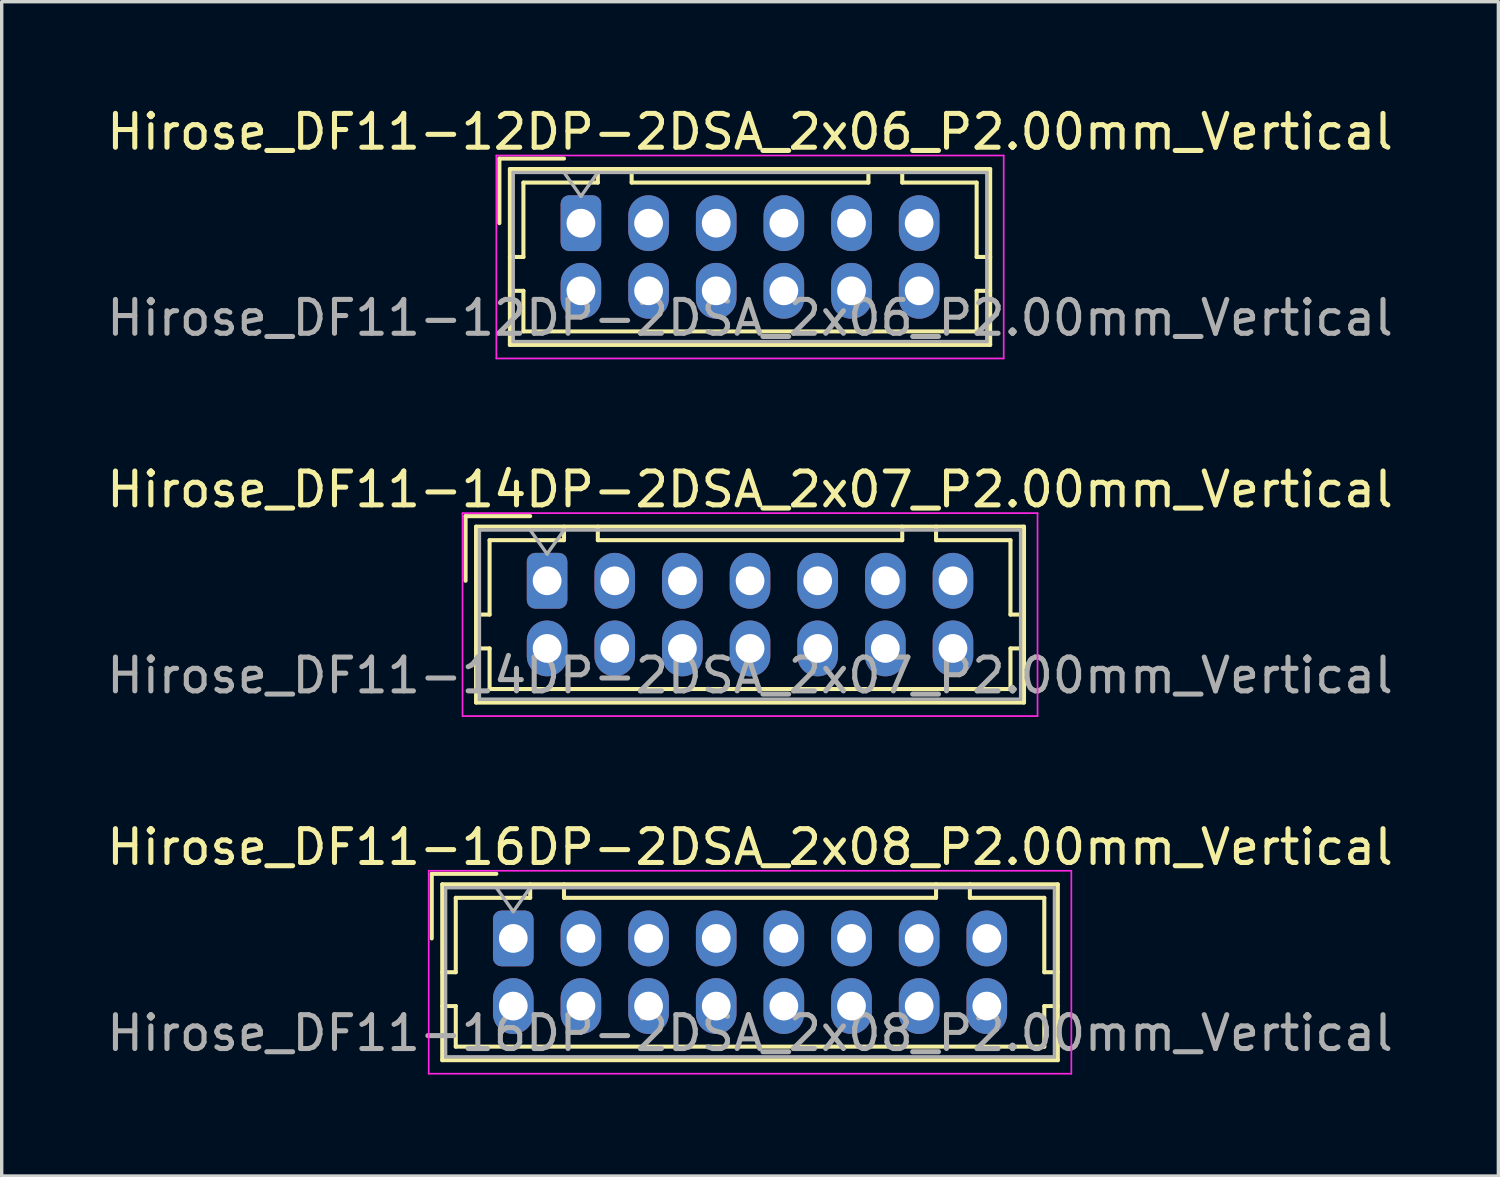
<source format=kicad_pcb>
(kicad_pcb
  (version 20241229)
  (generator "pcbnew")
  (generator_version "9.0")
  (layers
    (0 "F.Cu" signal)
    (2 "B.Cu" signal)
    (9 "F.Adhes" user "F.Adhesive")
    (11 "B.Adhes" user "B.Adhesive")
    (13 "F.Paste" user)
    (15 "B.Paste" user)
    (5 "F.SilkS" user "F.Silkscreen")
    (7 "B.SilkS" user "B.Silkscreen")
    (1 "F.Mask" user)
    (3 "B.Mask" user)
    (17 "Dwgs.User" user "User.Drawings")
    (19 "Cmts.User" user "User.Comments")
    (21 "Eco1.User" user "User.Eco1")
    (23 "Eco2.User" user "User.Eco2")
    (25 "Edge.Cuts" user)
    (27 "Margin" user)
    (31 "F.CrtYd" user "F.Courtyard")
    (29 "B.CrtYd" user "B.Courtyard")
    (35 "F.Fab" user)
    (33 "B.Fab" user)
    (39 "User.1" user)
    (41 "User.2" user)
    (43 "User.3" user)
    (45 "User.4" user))
  (footprint "Hirose_DF11-16DP-2DSA_2x08_P2.00mm_Vertical"
    (layer "F.Cu")
    (at 12.125 24.695)
    (property "Reference" "Hirose_DF11-16DP-2DSA_2x08_P2.00mm_Vertical" (at 7 -2.7 0) (layer "F.SilkS") (effects (font (size 1 1) (thickness 0.15))))
    (attr through_hole)
    (fp_line (start -2.41 -1.91) (end -0.5 -1.91) (stroke (width 0.12) (type solid)) (layer "F.SilkS"))
    (fp_line (start -2.41 0) (end -2.41 -1.91) (stroke (width 0.12) (type solid)) (layer "F.SilkS"))
    (fp_line (start -2.1 -1.6) (end -2.1 3.6) (stroke (width 0.12) (type solid)) (layer "F.SilkS"))
    (fp_line (start -2.1 1) (end -1.7 1) (stroke (width 0.12) (type solid)) (layer "F.SilkS"))
    (fp_line (start -2.1 2) (end -1.7 2) (stroke (width 0.12) (type solid)) (layer "F.SilkS"))
    (fp_line (start -2.1 3.6) (end 16.1 3.6) (stroke (width 0.12) (type solid)) (layer "F.SilkS"))
    (fp_line (start -1.7 -1.2) (end 0.5 -1.2) (stroke (width 0.12) (type solid)) (layer "F.SilkS"))
    (fp_line (start -1.7 1) (end -1.7 -1.2) (stroke (width 0.12) (type solid)) (layer "F.SilkS"))
    (fp_line (start -1.7 2) (end -1.7 3.2) (stroke (width 0.12) (type solid)) (layer "F.SilkS"))
    (fp_line (start -1.7 3.2) (end 15.7 3.2) (stroke (width 0.12) (type solid)) (layer "F.SilkS"))
    (fp_line (start 0.5 -1.2) (end 0.5 -1.6) (stroke (width 0.12) (type solid)) (layer "F.SilkS"))
    (fp_line (start 1.5 -1.6) (end 1.5 -1.2) (stroke (width 0.12) (type solid)) (layer "F.SilkS"))
    (fp_line (start 1.5 -1.2) (end 12.5 -1.2) (stroke (width 0.12) (type solid)) (layer "F.SilkS"))
    (fp_line (start 12.5 -1.2) (end 12.5 -1.6) (stroke (width 0.12) (type solid)) (layer "F.SilkS"))
    (fp_line (start 13.5 -1.2) (end 13.5 -1.6) (stroke (width 0.12) (type solid)) (layer "F.SilkS"))
    (fp_line (start 15.7 -1.2) (end 13.5 -1.2) (stroke (width 0.12) (type solid)) (layer "F.SilkS"))
    (fp_line (start 15.7 1) (end 15.7 -1.2) (stroke (width 0.12) (type solid)) (layer "F.SilkS"))
    (fp_line (start 15.7 2) (end 16.1 2) (stroke (width 0.12) (type solid)) (layer "F.SilkS"))
    (fp_line (start 15.7 3.2) (end 15.7 2) (stroke (width 0.12) (type solid)) (layer "F.SilkS"))
    (fp_line (start 16.1 -1.6) (end -2.1 -1.6) (stroke (width 0.12) (type solid)) (layer "F.SilkS"))
    (fp_line (start 16.1 1) (end 15.7 1) (stroke (width 0.12) (type solid)) (layer "F.SilkS"))
    (fp_line (start 16.1 3.6) (end 16.1 -1.6) (stroke (width 0.12) (type solid)) (layer "F.SilkS"))
    (fp_line (start -2.5 -2) (end -2.5 4) (stroke (width 0.05) (type solid)) (layer "F.CrtYd"))
    (fp_line (start -2.5 4) (end 16.5 4) (stroke (width 0.05) (type solid)) (layer "F.CrtYd"))
    (fp_line (start 16.5 -2) (end -2.5 -2) (stroke (width 0.05) (type solid)) (layer "F.CrtYd"))
    (fp_line (start 16.5 4) (end 16.5 -2) (stroke (width 0.05) (type solid)) (layer "F.CrtYd"))
    (fp_line (start -2 -1.5) (end -2 3.5) (stroke (width 0.1) (type solid)) (layer "F.Fab"))
    (fp_line (start -2 3.5) (end 16 3.5) (stroke (width 0.1) (type solid)) (layer "F.Fab"))
    (fp_line (start -0.5 -1.5) (end 0 -0.793) (stroke (width 0.1) (type solid)) (layer "F.Fab"))
    (fp_line (start 0 -0.793) (end 0.5 -1.5) (stroke (width 0.1) (type solid)) (layer "F.Fab"))
    (fp_line (start 16 -1.5) (end -2 -1.5) (stroke (width 0.1) (type solid)) (layer "F.Fab"))
    (fp_line (start 16 3.5) (end 16 -1.5) (stroke (width 0.1) (type solid)) (layer "F.Fab"))
    (fp_text user "${REFERENCE}" (at 7 2.8 0) (layer "F.Fab") (effects (font (size 1 1) (thickness 0.15))))
    (pad "1" thru_hole roundrect (at 0 0) (size 1.2 1.65) (drill 0.85) (layers "*.Cu" "*.Mask") (roundrect_rratio 0.208))
    (pad "2" thru_hole oval (at 0 2) (size 1.2 1.65) (drill 0.85) (layers "*.Cu" "*.Mask"))
    (pad "3" thru_hole oval (at 2 0) (size 1.2 1.65) (drill 0.85) (layers "*.Cu" "*.Mask"))
    (pad "4" thru_hole oval (at 2 2) (size 1.2 1.65) (drill 0.85) (layers "*.Cu" "*.Mask"))
    (pad "5" thru_hole oval (at 4 0) (size 1.2 1.65) (drill 0.85) (layers "*.Cu" "*.Mask"))
    (pad "6" thru_hole oval (at 4 2) (size 1.2 1.65) (drill 0.85) (layers "*.Cu" "*.Mask"))
    (pad "7" thru_hole oval (at 6 0) (size 1.2 1.65) (drill 0.85) (layers "*.Cu" "*.Mask"))
    (pad "8" thru_hole oval (at 6 2) (size 1.2 1.65) (drill 0.85) (layers "*.Cu" "*.Mask"))
    (pad "9" thru_hole oval (at 8 0) (size 1.2 1.65) (drill 0.85) (layers "*.Cu" "*.Mask"))
    (pad "10" thru_hole oval (at 8 2) (size 1.2 1.65) (drill 0.85) (layers "*.Cu" "*.Mask"))
    (pad "11" thru_hole oval (at 10 0) (size 1.2 1.65) (drill 0.85) (layers "*.Cu" "*.Mask"))
    (pad "12" thru_hole oval (at 10 2) (size 1.2 1.65) (drill 0.85) (layers "*.Cu" "*.Mask"))
    (pad "13" thru_hole oval (at 12 0) (size 1.2 1.65) (drill 0.85) (layers "*.Cu" "*.Mask"))
    (pad "14" thru_hole oval (at 12 2) (size 1.2 1.65) (drill 0.85) (layers "*.Cu" "*.Mask"))
    (pad "15" thru_hole oval (at 14 0) (size 1.2 1.65) (drill 0.85) (layers "*.Cu" "*.Mask"))
    (pad "16" thru_hole oval (at 14 2) (size 1.2 1.65) (drill 0.85) (layers "*.Cu" "*.Mask")))
  (footprint "Hirose_DF11-14DP-2DSA_2x07_P2.00mm_Vertical"
    (layer "F.Cu")
    (at 13.125 14.121)
    (property "Reference" "Hirose_DF11-14DP-2DSA_2x07_P2.00mm_Vertical" (at 6 -2.7 0) (layer "F.SilkS") (effects (font (size 1 1) (thickness 0.15))))
    (attr through_hole)
    (fp_line (start -2.41 -1.91) (end -0.5 -1.91) (stroke (width 0.12) (type solid)) (layer "F.SilkS"))
    (fp_line (start -2.41 0) (end -2.41 -1.91) (stroke (width 0.12) (type solid)) (layer "F.SilkS"))
    (fp_line (start -2.1 -1.6) (end -2.1 3.6) (stroke (width 0.12) (type solid)) (layer "F.SilkS"))
    (fp_line (start -2.1 1) (end -1.7 1) (stroke (width 0.12) (type solid)) (layer "F.SilkS"))
    (fp_line (start -2.1 2) (end -1.7 2) (stroke (width 0.12) (type solid)) (layer "F.SilkS"))
    (fp_line (start -2.1 3.6) (end 14.1 3.6) (stroke (width 0.12) (type solid)) (layer "F.SilkS"))
    (fp_line (start -1.7 -1.2) (end 0.5 -1.2) (stroke (width 0.12) (type solid)) (layer "F.SilkS"))
    (fp_line (start -1.7 1) (end -1.7 -1.2) (stroke (width 0.12) (type solid)) (layer "F.SilkS"))
    (fp_line (start -1.7 2) (end -1.7 3.2) (stroke (width 0.12) (type solid)) (layer "F.SilkS"))
    (fp_line (start -1.7 3.2) (end 13.7 3.2) (stroke (width 0.12) (type solid)) (layer "F.SilkS"))
    (fp_line (start 0.5 -1.2) (end 0.5 -1.6) (stroke (width 0.12) (type solid)) (layer "F.SilkS"))
    (fp_line (start 1.5 -1.6) (end 1.5 -1.2) (stroke (width 0.12) (type solid)) (layer "F.SilkS"))
    (fp_line (start 1.5 -1.2) (end 10.5 -1.2) (stroke (width 0.12) (type solid)) (layer "F.SilkS"))
    (fp_line (start 10.5 -1.2) (end 10.5 -1.6) (stroke (width 0.12) (type solid)) (layer "F.SilkS"))
    (fp_line (start 11.5 -1.2) (end 11.5 -1.6) (stroke (width 0.12) (type solid)) (layer "F.SilkS"))
    (fp_line (start 13.7 -1.2) (end 11.5 -1.2) (stroke (width 0.12) (type solid)) (layer "F.SilkS"))
    (fp_line (start 13.7 1) (end 13.7 -1.2) (stroke (width 0.12) (type solid)) (layer "F.SilkS"))
    (fp_line (start 13.7 2) (end 14.1 2) (stroke (width 0.12) (type solid)) (layer "F.SilkS"))
    (fp_line (start 13.7 3.2) (end 13.7 2) (stroke (width 0.12) (type solid)) (layer "F.SilkS"))
    (fp_line (start 14.1 -1.6) (end -2.1 -1.6) (stroke (width 0.12) (type solid)) (layer "F.SilkS"))
    (fp_line (start 14.1 1) (end 13.7 1) (stroke (width 0.12) (type solid)) (layer "F.SilkS"))
    (fp_line (start 14.1 3.6) (end 14.1 -1.6) (stroke (width 0.12) (type solid)) (layer "F.SilkS"))
    (fp_line (start -2.5 -2) (end -2.5 4) (stroke (width 0.05) (type solid)) (layer "F.CrtYd"))
    (fp_line (start -2.5 4) (end 14.5 4) (stroke (width 0.05) (type solid)) (layer "F.CrtYd"))
    (fp_line (start 14.5 -2) (end -2.5 -2) (stroke (width 0.05) (type solid)) (layer "F.CrtYd"))
    (fp_line (start 14.5 4) (end 14.5 -2) (stroke (width 0.05) (type solid)) (layer "F.CrtYd"))
    (fp_line (start -2 -1.5) (end -2 3.5) (stroke (width 0.1) (type solid)) (layer "F.Fab"))
    (fp_line (start -2 3.5) (end 14 3.5) (stroke (width 0.1) (type solid)) (layer "F.Fab"))
    (fp_line (start -0.5 -1.5) (end 0 -0.793) (stroke (width 0.1) (type solid)) (layer "F.Fab"))
    (fp_line (start 0 -0.793) (end 0.5 -1.5) (stroke (width 0.1) (type solid)) (layer "F.Fab"))
    (fp_line (start 14 -1.5) (end -2 -1.5) (stroke (width 0.1) (type solid)) (layer "F.Fab"))
    (fp_line (start 14 3.5) (end 14 -1.5) (stroke (width 0.1) (type solid)) (layer "F.Fab"))
    (fp_text user "${REFERENCE}" (at 6 2.8 0) (layer "F.Fab") (effects (font (size 1 1) (thickness 0.15))))
    (pad "1" thru_hole roundrect (at 0 0) (size 1.2 1.65) (drill 0.85) (layers "*.Cu" "*.Mask") (roundrect_rratio 0.208))
    (pad "2" thru_hole oval (at 0 2) (size 1.2 1.65) (drill 0.85) (layers "*.Cu" "*.Mask"))
    (pad "3" thru_hole oval (at 2 0) (size 1.2 1.65) (drill 0.85) (layers "*.Cu" "*.Mask"))
    (pad "4" thru_hole oval (at 2 2) (size 1.2 1.65) (drill 0.85) (layers "*.Cu" "*.Mask"))
    (pad "5" thru_hole oval (at 4 0) (size 1.2 1.65) (drill 0.85) (layers "*.Cu" "*.Mask"))
    (pad "6" thru_hole oval (at 4 2) (size 1.2 1.65) (drill 0.85) (layers "*.Cu" "*.Mask"))
    (pad "7" thru_hole oval (at 6 0) (size 1.2 1.65) (drill 0.85) (layers "*.Cu" "*.Mask"))
    (pad "8" thru_hole oval (at 6 2) (size 1.2 1.65) (drill 0.85) (layers "*.Cu" "*.Mask"))
    (pad "9" thru_hole oval (at 8 0) (size 1.2 1.65) (drill 0.85) (layers "*.Cu" "*.Mask"))
    (pad "10" thru_hole oval (at 8 2) (size 1.2 1.65) (drill 0.85) (layers "*.Cu" "*.Mask"))
    (pad "11" thru_hole oval (at 10 0) (size 1.2 1.65) (drill 0.85) (layers "*.Cu" "*.Mask"))
    (pad "12" thru_hole oval (at 10 2) (size 1.2 1.65) (drill 0.85) (layers "*.Cu" "*.Mask"))
    (pad "13" thru_hole oval (at 12 0) (size 1.2 1.65) (drill 0.85) (layers "*.Cu" "*.Mask"))
    (pad "14" thru_hole oval (at 12 2) (size 1.2 1.65) (drill 0.85) (layers "*.Cu" "*.Mask")))
  (footprint "Hirose_DF11-12DP-2DSA_2x06_P2.00mm_Vertical"
    (layer "F.Cu")
    (at 14.125 3.548)
    (property "Reference" "Hirose_DF11-12DP-2DSA_2x06_P2.00mm_Vertical" (at 5 -2.7 0) (layer "F.SilkS") (effects (font (size 1 1) (thickness 0.15))))
    (attr through_hole)
    (fp_line (start -2.41 -1.91) (end -0.5 -1.91) (stroke (width 0.12) (type solid)) (layer "F.SilkS"))
    (fp_line (start -2.41 0) (end -2.41 -1.91) (stroke (width 0.12) (type solid)) (layer "F.SilkS"))
    (fp_line (start -2.1 -1.6) (end -2.1 3.6) (stroke (width 0.12) (type solid)) (layer "F.SilkS"))
    (fp_line (start -2.1 1) (end -1.7 1) (stroke (width 0.12) (type solid)) (layer "F.SilkS"))
    (fp_line (start -2.1 2) (end -1.7 2) (stroke (width 0.12) (type solid)) (layer "F.SilkS"))
    (fp_line (start -2.1 3.6) (end 12.1 3.6) (stroke (width 0.12) (type solid)) (layer "F.SilkS"))
    (fp_line (start -1.7 -1.2) (end 0.5 -1.2) (stroke (width 0.12) (type solid)) (layer "F.SilkS"))
    (fp_line (start -1.7 1) (end -1.7 -1.2) (stroke (width 0.12) (type solid)) (layer "F.SilkS"))
    (fp_line (start -1.7 2) (end -1.7 3.2) (stroke (width 0.12) (type solid)) (layer "F.SilkS"))
    (fp_line (start -1.7 3.2) (end 11.7 3.2) (stroke (width 0.12) (type solid)) (layer "F.SilkS"))
    (fp_line (start 0.5 -1.2) (end 0.5 -1.6) (stroke (width 0.12) (type solid)) (layer "F.SilkS"))
    (fp_line (start 1.5 -1.6) (end 1.5 -1.2) (stroke (width 0.12) (type solid)) (layer "F.SilkS"))
    (fp_line (start 1.5 -1.2) (end 8.5 -1.2) (stroke (width 0.12) (type solid)) (layer "F.SilkS"))
    (fp_line (start 8.5 -1.2) (end 8.5 -1.6) (stroke (width 0.12) (type solid)) (layer "F.SilkS"))
    (fp_line (start 9.5 -1.2) (end 9.5 -1.6) (stroke (width 0.12) (type solid)) (layer "F.SilkS"))
    (fp_line (start 11.7 -1.2) (end 9.5 -1.2) (stroke (width 0.12) (type solid)) (layer "F.SilkS"))
    (fp_line (start 11.7 1) (end 11.7 -1.2) (stroke (width 0.12) (type solid)) (layer "F.SilkS"))
    (fp_line (start 11.7 2) (end 12.1 2) (stroke (width 0.12) (type solid)) (layer "F.SilkS"))
    (fp_line (start 11.7 3.2) (end 11.7 2) (stroke (width 0.12) (type solid)) (layer "F.SilkS"))
    (fp_line (start 12.1 -1.6) (end -2.1 -1.6) (stroke (width 0.12) (type solid)) (layer "F.SilkS"))
    (fp_line (start 12.1 1) (end 11.7 1) (stroke (width 0.12) (type solid)) (layer "F.SilkS"))
    (fp_line (start 12.1 3.6) (end 12.1 -1.6) (stroke (width 0.12) (type solid)) (layer "F.SilkS"))
    (fp_line (start -2.5 -2) (end -2.5 4) (stroke (width 0.05) (type solid)) (layer "F.CrtYd"))
    (fp_line (start -2.5 4) (end 12.5 4) (stroke (width 0.05) (type solid)) (layer "F.CrtYd"))
    (fp_line (start 12.5 -2) (end -2.5 -2) (stroke (width 0.05) (type solid)) (layer "F.CrtYd"))
    (fp_line (start 12.5 4) (end 12.5 -2) (stroke (width 0.05) (type solid)) (layer "F.CrtYd"))
    (fp_line (start -2 -1.5) (end -2 3.5) (stroke (width 0.1) (type solid)) (layer "F.Fab"))
    (fp_line (start -2 3.5) (end 12 3.5) (stroke (width 0.1) (type solid)) (layer "F.Fab"))
    (fp_line (start -0.5 -1.5) (end 0 -0.793) (stroke (width 0.1) (type solid)) (layer "F.Fab"))
    (fp_line (start 0 -0.793) (end 0.5 -1.5) (stroke (width 0.1) (type solid)) (layer "F.Fab"))
    (fp_line (start 12 -1.5) (end -2 -1.5) (stroke (width 0.1) (type solid)) (layer "F.Fab"))
    (fp_line (start 12 3.5) (end 12 -1.5) (stroke (width 0.1) (type solid)) (layer "F.Fab"))
    (fp_text user "${REFERENCE}" (at 5 2.8 0) (layer "F.Fab") (effects (font (size 1 1) (thickness 0.15))))
    (pad "1" thru_hole roundrect (at 0 0) (size 1.2 1.65) (drill 0.85) (layers "*.Cu" "*.Mask") (roundrect_rratio 0.208))
    (pad "2" thru_hole oval (at 0 2) (size 1.2 1.65) (drill 0.85) (layers "*.Cu" "*.Mask"))
    (pad "3" thru_hole oval (at 2 0) (size 1.2 1.65) (drill 0.85) (layers "*.Cu" "*.Mask"))
    (pad "4" thru_hole oval (at 2 2) (size 1.2 1.65) (drill 0.85) (layers "*.Cu" "*.Mask"))
    (pad "5" thru_hole oval (at 4 0) (size 1.2 1.65) (drill 0.85) (layers "*.Cu" "*.Mask"))
    (pad "6" thru_hole oval (at 4 2) (size 1.2 1.65) (drill 0.85) (layers "*.Cu" "*.Mask"))
    (pad "7" thru_hole oval (at 6 0) (size 1.2 1.65) (drill 0.85) (layers "*.Cu" "*.Mask"))
    (pad "8" thru_hole oval (at 6 2) (size 1.2 1.65) (drill 0.85) (layers "*.Cu" "*.Mask"))
    (pad "9" thru_hole oval (at 8 0) (size 1.2 1.65) (drill 0.85) (layers "*.Cu" "*.Mask"))
    (pad "10" thru_hole oval (at 8 2) (size 1.2 1.65) (drill 0.85) (layers "*.Cu" "*.Mask"))
    (pad "11" thru_hole oval (at 10 0) (size 1.2 1.65) (drill 0.85) (layers "*.Cu" "*.Mask"))
    (pad "12" thru_hole oval (at 10 2) (size 1.2 1.65) (drill 0.85) (layers "*.Cu" "*.Mask")))
  (gr_rect
    (start -3 -3)
    (end 41.25 31.72)
    (stroke (width 0.1) (type default))
    (fill no)
    (layer "Edge.Cuts")))
</source>
